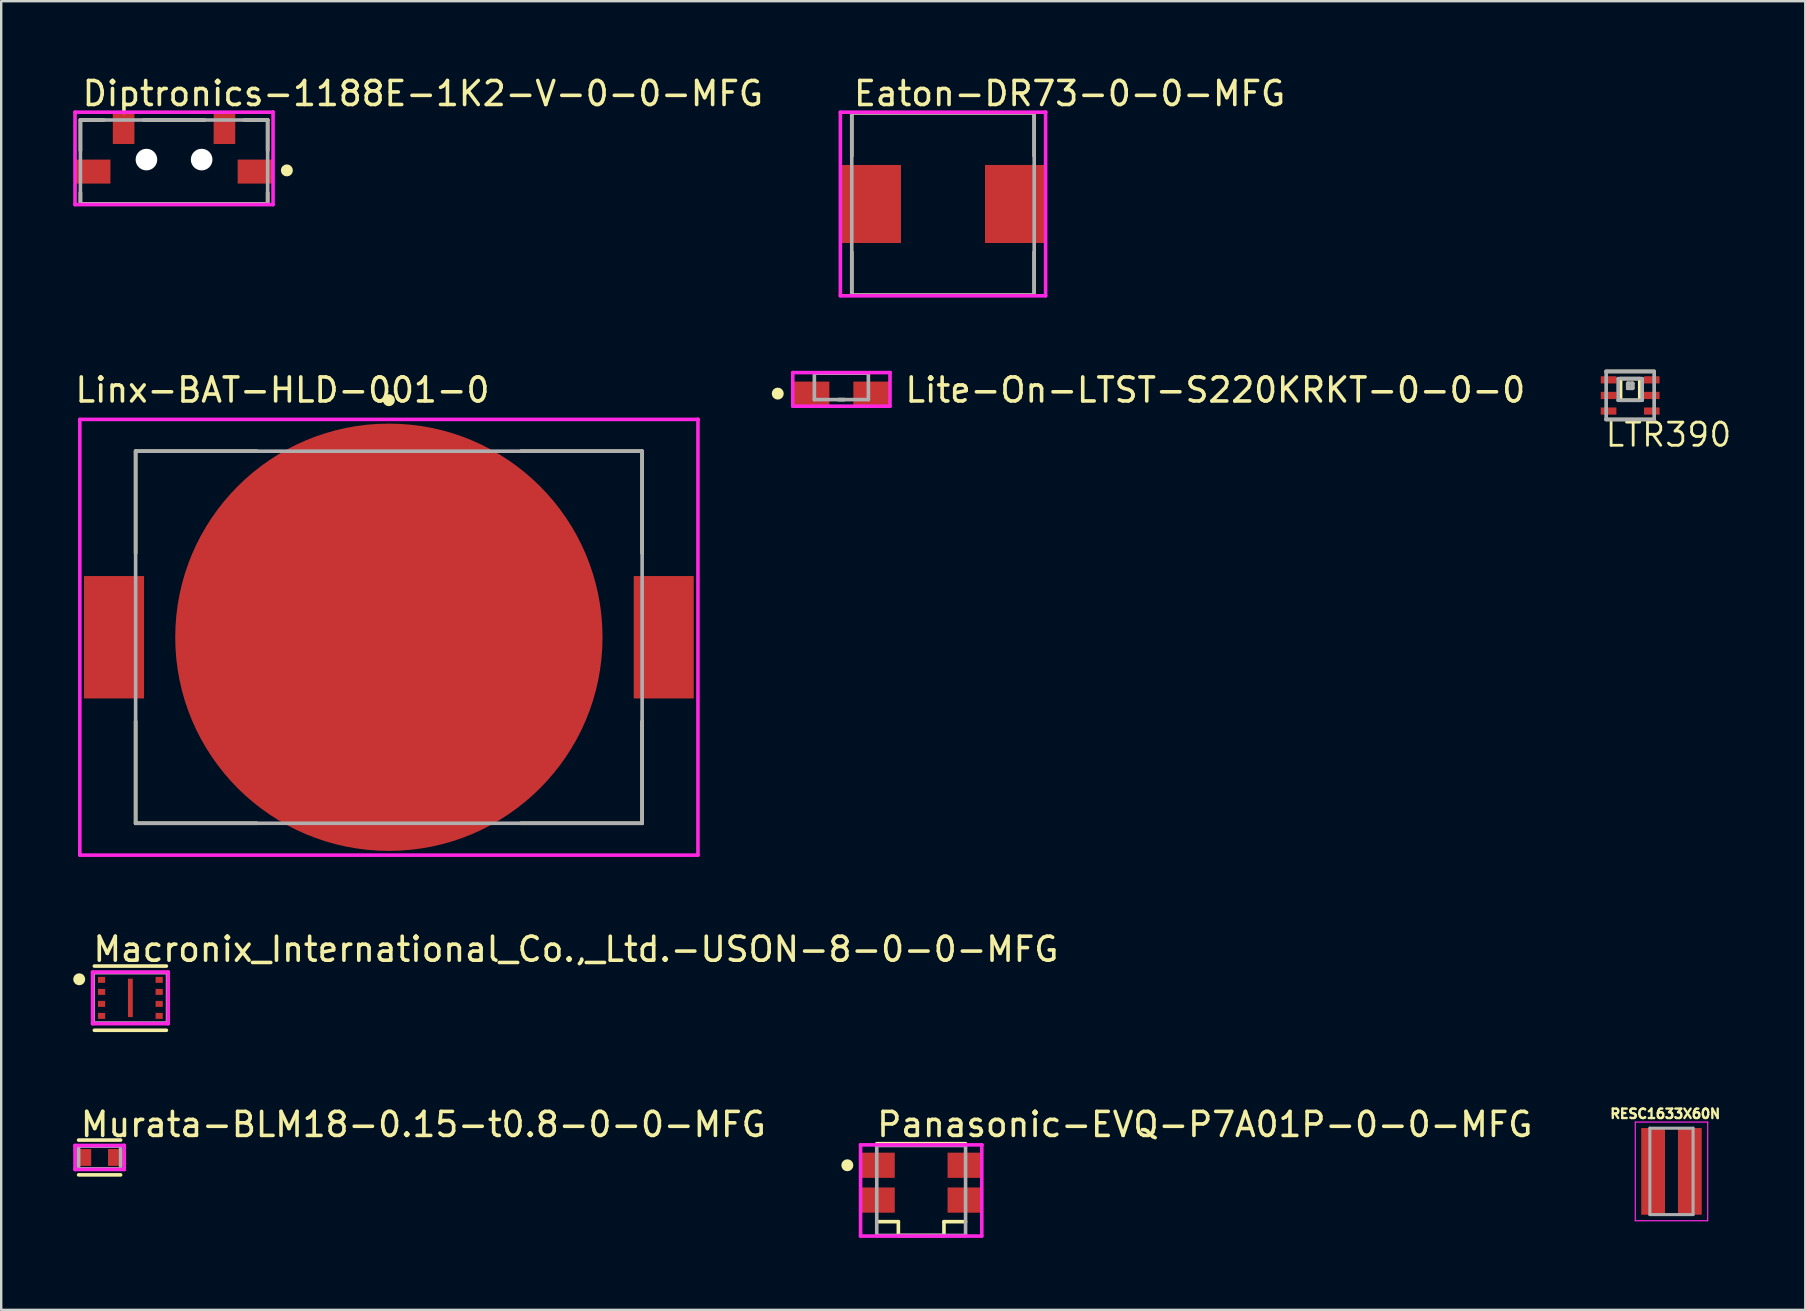
<source format=kicad_pcb>
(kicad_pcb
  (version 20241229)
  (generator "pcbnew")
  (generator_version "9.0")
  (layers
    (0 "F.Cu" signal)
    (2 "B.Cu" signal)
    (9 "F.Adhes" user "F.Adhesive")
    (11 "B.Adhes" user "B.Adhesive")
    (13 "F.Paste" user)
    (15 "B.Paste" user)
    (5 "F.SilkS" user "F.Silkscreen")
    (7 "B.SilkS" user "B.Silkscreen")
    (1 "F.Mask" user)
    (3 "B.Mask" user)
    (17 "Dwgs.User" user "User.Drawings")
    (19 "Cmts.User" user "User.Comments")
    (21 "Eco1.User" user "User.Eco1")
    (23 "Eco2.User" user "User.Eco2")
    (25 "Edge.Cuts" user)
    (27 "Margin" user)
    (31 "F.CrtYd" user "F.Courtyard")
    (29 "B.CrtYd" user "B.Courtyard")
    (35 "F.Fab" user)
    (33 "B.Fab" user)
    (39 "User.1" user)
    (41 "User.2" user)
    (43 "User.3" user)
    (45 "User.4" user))
  (footprint "LTR390"
    (layer "F.Cu")
    (at 64.86 13.424)
    (property "Reference" "LTR390" (at -1.1 2.2 0) (layer "F.SilkS") (effects (font (size 0.965 0.965) (thickness 0.116)) (justify left bottom)))
    (attr through_hole)
    (fp_line (start -1 -1) (end 1 -1) (stroke (width 0.152) (type solid)) (layer "F.SilkS"))
    (fp_line (start -1 1) (end 1 1) (stroke (width 0.152) (type solid)) (layer "F.SilkS"))
    (fp_line (start -0.4 -0.7) (end 0.4 -0.7) (stroke (width 0.152) (type solid)) (layer "F.SilkS"))
    (fp_line (start -0.4 0.2) (end -0.4 -0.7) (stroke (width 0.152) (type solid)) (layer "F.SilkS"))
    (fp_line (start -0.1 -0.5) (end 0.1 -0.5) (stroke (width 0.152) (type solid)) (layer "F.SilkS"))
    (fp_line (start -0.1 -0.3) (end -0.1 -0.5) (stroke (width 0.152) (type solid)) (layer "F.SilkS"))
    (fp_line (start 0.1 -0.5) (end 0.1 -0.3) (stroke (width 0.152) (type solid)) (layer "F.SilkS"))
    (fp_line (start 0.1 -0.3) (end -0.1 -0.3) (stroke (width 0.152) (type solid)) (layer "F.SilkS"))
    (fp_line (start 0.4 -0.7) (end 0.4 0.2) (stroke (width 0.152) (type solid)) (layer "F.SilkS"))
    (fp_line (start 0.4 0.2) (end -0.4 0.2) (stroke (width 0.152) (type solid)) (layer "F.SilkS"))
    (fp_line (start -1 -1) (end 1 -1) (stroke (width 0.152) (type solid)) (layer "F.Fab"))
    (fp_line (start -1 1) (end -1 -1) (stroke (width 0.152) (type solid)) (layer "F.Fab"))
    (fp_line (start -0.5 -0.7) (end 0.5 -0.7) (stroke (width 0.152) (type solid)) (layer "F.Fab"))
    (fp_line (start -0.5 0.2) (end -0.5 -0.7) (stroke (width 0.152) (type solid)) (layer "F.Fab"))
    (fp_line (start -0.1 -0.5) (end 0.1 -0.5) (stroke (width 0.152) (type solid)) (layer "F.Fab"))
    (fp_line (start -0.1 -0.3) (end -0.1 -0.5) (stroke (width 0.152) (type solid)) (layer "F.Fab"))
    (fp_line (start 0.1 -0.5) (end 0.1 -0.3) (stroke (width 0.152) (type solid)) (layer "F.Fab"))
    (fp_line (start 0.1 -0.3) (end -0.1 -0.3) (stroke (width 0.152) (type solid)) (layer "F.Fab"))
    (fp_line (start 0.5 -0.7) (end 0.5 0.2) (stroke (width 0.152) (type solid)) (layer "F.Fab"))
    (fp_line (start 0.5 0.2) (end -0.5 0.2) (stroke (width 0.152) (type solid)) (layer "F.Fab"))
    (fp_line (start 1 -1) (end 1 1) (stroke (width 0.152) (type solid)) (layer "F.Fab"))
    (fp_line (start 1 1) (end -1 1) (stroke (width 0.152) (type solid)) (layer "F.Fab"))
    (pad "1" smd rect (at -0.9 -0.65 90) (size 0.3 0.65) (layers "F.Cu" "F.Mask" "F.Paste"))
    (pad "2" smd rect (at -0.9 0 90) (size 0.3 0.65) (layers "F.Cu" "F.Mask" "F.Paste"))
    (pad "3" smd rect (at -0.9 0.65 90) (size 0.3 0.65) (layers "F.Cu" "F.Mask" "F.Paste"))
    (pad "4" smd rect (at 0.9 0.65 90) (size 0.3 0.65) (layers "F.Cu" "F.Mask" "F.Paste"))
    (pad "5" smd rect (at 0.9 0 90) (size 0.3 0.65) (layers "F.Cu" "F.Mask" "F.Paste"))
    (pad "6" smd rect (at 0.9 -0.65 90) (size 0.3 0.65) (layers "F.Cu" "F.Mask" "F.Paste")))
  (footprint "Eaton-DR73-0-0-MFG"
    (layer "F.Cu")
    (at 36.233 5.448)
    (property "Reference" "Eaton-DR73-0-0-MFG" (at -3.8 -4.6 0) (layer "F.SilkS") (effects (font (size 1 1) (thickness 0.15)) (justify left)))
    (attr through_hole)
    (fp_line (start -3.8 -3.8) (end 3.8 -3.8) (stroke (width 0.15) (type solid)) (layer "F.SilkS"))
    (fp_line (start -3.8 -2) (end -3.8 -3.8) (stroke (width 0.15) (type solid)) (layer "F.SilkS"))
    (fp_line (start -3.8 3.8) (end -3.8 2) (stroke (width 0.15) (type solid)) (layer "F.SilkS"))
    (fp_line (start -3.8 3.8) (end 3.8 3.8) (stroke (width 0.15) (type solid)) (layer "F.SilkS"))
    (fp_line (start 3.8 -2) (end 3.8 -3.8) (stroke (width 0.15) (type solid)) (layer "F.SilkS"))
    (fp_line (start 3.8 3.8) (end 3.8 2) (stroke (width 0.15) (type solid)) (layer "F.SilkS"))
    (fp_line (start -4.275 -3.825) (end -4.275 3.825) (stroke (width 0.15) (type solid)) (layer "F.CrtYd"))
    (fp_line (start -4.275 3.825) (end 4.275 3.825) (stroke (width 0.15) (type solid)) (layer "F.CrtYd"))
    (fp_line (start 4.275 -3.825) (end -4.275 -3.825) (stroke (width 0.15) (type solid)) (layer "F.CrtYd"))
    (fp_line (start 4.275 -3.825) (end 4.275 -3.825) (stroke (width 0.15) (type solid)) (layer "F.CrtYd"))
    (fp_line (start 4.275 3.825) (end 4.275 -3.825) (stroke (width 0.15) (type solid)) (layer "F.CrtYd"))
    (fp_line (start -3.8 -3.8) (end 3.8 -3.8) (stroke (width 0.15) (type solid)) (layer "F.Fab"))
    (fp_line (start -3.8 3.8) (end -3.8 -3.8) (stroke (width 0.15) (type solid)) (layer "F.Fab"))
    (fp_line (start 3.8 -3.8) (end 3.8 3.8) (stroke (width 0.15) (type solid)) (layer "F.Fab"))
    (fp_line (start 3.8 3.8) (end -3.8 3.8) (stroke (width 0.15) (type solid)) (layer "F.Fab"))
    (pad "1" smd rect (at -3 0) (size 2.5 3.25) (layers "F.Cu" "F.Mask" "F.Paste"))
    (pad "2" smd rect (at 3 0) (size 2.5 3.25) (layers "F.Cu" "F.Mask" "F.Paste")))
  (footprint "Murata-BLM18-0.15-t0.8-0-0-MFG"
    (layer "F.Cu")
    (at 1.1 45.168)
    (property "Reference" "Murata-BLM18-0.15-t0.8-0-0-MFG" (at -0.875 -1.375 0) (layer "F.SilkS") (effects (font (size 1 1) (thickness 0.15)) (justify left)))
    (attr through_hole)
    (fp_line (start -0.875 -0.725) (end 0.875 -0.725) (stroke (width 0.15) (type solid)) (layer "F.SilkS"))
    (fp_line (start -0.875 0.725) (end 0.875 0.725) (stroke (width 0.15) (type solid)) (layer "F.SilkS"))
    (fp_line (start -1.025 -0.5) (end -1.025 0.5) (stroke (width 0.15) (type solid)) (layer "F.CrtYd"))
    (fp_line (start -1.025 0.5) (end 1.025 0.5) (stroke (width 0.15) (type solid)) (layer "F.CrtYd"))
    (fp_line (start 1.025 -0.5) (end -1.025 -0.5) (stroke (width 0.15) (type solid)) (layer "F.CrtYd"))
    (fp_line (start 1.025 -0.5) (end 1.025 -0.5) (stroke (width 0.15) (type solid)) (layer "F.CrtYd"))
    (fp_line (start 1.025 0.5) (end 1.025 -0.5) (stroke (width 0.15) (type solid)) (layer "F.CrtYd"))
    (fp_line (start -0.875 -0.475) (end 0.875 -0.475) (stroke (width 0.15) (type solid)) (layer "F.Fab"))
    (fp_line (start -0.875 0.475) (end -0.875 -0.475) (stroke (width 0.15) (type solid)) (layer "F.Fab"))
    (fp_line (start 0.875 -0.475) (end 0.875 0.475) (stroke (width 0.15) (type solid)) (layer "F.Fab"))
    (fp_line (start 0.875 0.475) (end -0.875 0.475) (stroke (width 0.15) (type solid)) (layer "F.Fab"))
    (pad "1" smd rect (at -0.675 0) (size 0.65 0.7) (layers "F.Cu" "F.Mask" "F.Paste"))
    (pad "2" smd rect (at 0.675 0) (size 0.65 0.7) (layers "F.Cu" "F.Mask" "F.Paste")))
  (footprint "Lite-On-LTST-S220KRKT-0-0-0"
    (layer "F.Cu")
    (at 32 13.097)
    (property "Reference" "Lite-On-LTST-S220KRKT-0-0-0" (at 2.575 0.1 0) (layer "F.SilkS") (effects (font (size 1 1) (thickness 0.15)) (justify left)))
    (attr through_hole)
    (fp_line (start -0.125 -0.6) (end 0.125 -0.6) (stroke (width 0.15) (type solid)) (layer "F.SilkS"))
    (fp_line (start -0.125 0.5) (end 0.125 0.5) (stroke (width 0.15) (type solid)) (layer "F.SilkS"))
    (fp_circle (center -2.65 0.25) (end -2.525 0.25) (stroke (width 0.25) (type solid)) (fill no) (layer "F.SilkS"))
    (fp_line (start -2.025 -0.625) (end -2.025 0.775) (stroke (width 0.15) (type solid)) (layer "F.CrtYd"))
    (fp_line (start -2.025 0.775) (end 2.025 0.775) (stroke (width 0.15) (type solid)) (layer "F.CrtYd"))
    (fp_line (start 2.025 -0.625) (end -2.025 -0.625) (stroke (width 0.15) (type solid)) (layer "F.CrtYd"))
    (fp_line (start 2.025 -0.625) (end 2.025 -0.625) (stroke (width 0.15) (type solid)) (layer "F.CrtYd"))
    (fp_line (start 2.025 0.775) (end 2.025 -0.625) (stroke (width 0.15) (type solid)) (layer "F.CrtYd"))
    (fp_line (start -1.125 -0.6) (end 1.125 -0.6) (stroke (width 0.15) (type solid)) (layer "F.Fab"))
    (fp_line (start -1.125 0.5) (end -1.125 -0.6) (stroke (width 0.15) (type solid)) (layer "F.Fab"))
    (fp_line (start 1.125 -0.6) (end 1.125 0.5) (stroke (width 0.15) (type solid)) (layer "F.Fab"))
    (fp_line (start 1.125 0.5) (end -1.125 0.5) (stroke (width 0.15) (type solid)) (layer "F.Fab"))
    (pad "1" smd rect (at -1.25 0.25) (size 1.5 1) (layers "F.Cu" "F.Mask" "F.Paste"))
    (pad "2" smd rect (at 1.25 0.25) (size 1.5 1) (layers "F.Cu" "F.Mask" "F.Paste")))
  (footprint "RESC1633X60N"
    (layer "F.Cu")
    (at 66.581 45.748)
    (property "Reference" "RESC1633X60N" (at -0.26 -2.4 0) (layer "F.SilkS") (effects (font (size 0.394 0.394) (thickness 0.15))))
    (attr through_hole)
    (fp_line (start -1.508 -2.055) (end 1.508 -2.055) (stroke (width 0.05) (type solid)) (layer "F.CrtYd"))
    (fp_line (start -1.508 2.055) (end -1.508 -2.055) (stroke (width 0.05) (type solid)) (layer "F.CrtYd"))
    (fp_line (start -1.508 2.055) (end 1.508 2.055) (stroke (width 0.05) (type solid)) (layer "F.CrtYd"))
    (fp_line (start 1.508 2.055) (end 1.508 -2.055) (stroke (width 0.05) (type solid)) (layer "F.CrtYd"))
    (fp_line (start -0.9 1.8) (end -0.9 -1.8) (stroke (width 0.127) (type solid)) (layer "F.Fab"))
    (fp_line (start 0.9 -1.8) (end -0.9 -1.8) (stroke (width 0.127) (type solid)) (layer "F.Fab"))
    (fp_line (start 0.9 1.8) (end -0.9 1.8) (stroke (width 0.127) (type solid)) (layer "F.Fab"))
    (fp_line (start 0.9 1.8) (end 0.9 -1.8) (stroke (width 0.127) (type solid)) (layer "F.Fab"))
    (pad "1" smd rect (at -0.765 0) (size 0.99 3.61) (layers "F.Cu" "F.Mask" "F.Paste"))
    (pad "2" smd rect (at 0.765 0) (size 0.99 3.61) (layers "F.Cu" "F.Mask" "F.Paste")))
  (footprint "Panasonic-EVQ-P7A01P-0-0-MFG"
    (layer "F.Cu")
    (at 35.324 46.543)
    (property "Reference" "Panasonic-EVQ-P7A01P-0-0-MFG" (at -1.925 -2.75 0) (layer "F.SilkS") (effects (font (size 1 1) (thickness 0.15)) (justify left)))
    (attr through_hole)
    (fp_line (start -1.85 1.3) (end -0.95 1.3) (stroke (width 0.15) (type solid)) (layer "F.SilkS"))
    (fp_line (start -0.95 1.3) (end -0.95 1.875) (stroke (width 0.15) (type solid)) (layer "F.SilkS"))
    (fp_line (start 0.95 1.3) (end 0.95 1.875) (stroke (width 0.15) (type solid)) (layer "F.SilkS"))
    (fp_line (start 0.95 1.3) (end 1.85 1.3) (stroke (width 0.15) (type solid)) (layer "F.SilkS"))
    (fp_line (start 0.95 1.875) (end -0.95 1.875) (stroke (width 0.15) (type solid)) (layer "F.SilkS"))
    (fp_line (start 1.85 -1.95) (end -1.85 -1.95) (stroke (width 0.15) (type solid)) (layer "F.SilkS"))
    (fp_circle (center -3.075 -1.05) (end -2.95 -1.05) (stroke (width 0.25) (type solid)) (fill no) (layer "F.SilkS"))
    (fp_line (start -2.525 -1.9) (end -2.525 1.9) (stroke (width 0.15) (type solid)) (layer "F.CrtYd"))
    (fp_line (start -2.525 1.9) (end 2.525 1.9) (stroke (width 0.15) (type solid)) (layer "F.CrtYd"))
    (fp_line (start 2.525 -1.9) (end -2.525 -1.9) (stroke (width 0.15) (type solid)) (layer "F.CrtYd"))
    (fp_line (start 2.525 -1.9) (end 2.525 -1.9) (stroke (width 0.15) (type solid)) (layer "F.CrtYd"))
    (fp_line (start 2.525 1.9) (end 2.525 -1.9) (stroke (width 0.15) (type solid)) (layer "F.CrtYd"))
    (fp_line (start -1.85 -1.875) (end 1.85 -1.875) (stroke (width 0.15) (type solid)) (layer "F.Fab"))
    (fp_line (start -1.85 1.875) (end -1.85 -1.875) (stroke (width 0.15) (type solid)) (layer "F.Fab"))
    (fp_line (start 1.85 -1.875) (end 1.85 1.875) (stroke (width 0.15) (type solid)) (layer "F.Fab"))
    (fp_line (start 1.85 1.875) (end -1.85 1.875) (stroke (width 0.15) (type solid)) (layer "F.Fab"))
    (pad "1" smd rect (at -1.8 -1.05) (size 1.4 1.05) (layers "F.Cu" "F.Mask" "F.Paste"))
    (pad "1'" smd rect (at 1.8 -1.05) (size 1.4 1.05) (layers "F.Cu" "F.Mask" "F.Paste"))
    (pad "2" smd rect (at -1.8 0.4) (size 1.4 1.05) (layers "F.Cu" "F.Mask" "F.Paste"))
    (pad "2'" smd rect (at 1.8 0.4) (size 1.4 1.05) (layers "F.Cu" "F.Mask" "F.Paste")))
  (footprint "Macronix_International_Co.,_Ltd.-USON-8-0-0-MFG"
    (layer "F.Cu")
    (at 2.381 38.52)
    (property "Reference" "Macronix_International_Co.,_Ltd.-USON-8-0-0-MFG" (at -1.631 -2.025 0) (layer "F.SilkS") (effects (font (size 1 1) (thickness 0.15)) (justify left)))
    (attr through_hole)
    (fp_line (start -1.5 -1.325) (end 1.5 -1.325) (stroke (width 0.15) (type solid)) (layer "F.SilkS"))
    (fp_line (start -1.5 1.35) (end 1.5 1.35) (stroke (width 0.15) (type solid)) (layer "F.SilkS"))
    (fp_circle (center -2.131 -0.775) (end -2.006 -0.775) (stroke (width 0.25) (type solid)) (fill no) (layer "F.SilkS"))
    (fp_line (start -1.575 -1.075) (end -1.575 1.075) (stroke (width 0.15) (type solid)) (layer "F.CrtYd"))
    (fp_line (start -1.575 1.075) (end 1.575 1.075) (stroke (width 0.15) (type solid)) (layer "F.CrtYd"))
    (fp_line (start 1.575 -1.075) (end -1.575 -1.075) (stroke (width 0.15) (type solid)) (layer "F.CrtYd"))
    (fp_line (start 1.575 -1.075) (end 1.575 -1.075) (stroke (width 0.15) (type solid)) (layer "F.CrtYd"))
    (fp_line (start 1.575 1.075) (end 1.575 -1.075) (stroke (width 0.15) (type solid)) (layer "F.CrtYd"))
    (fp_line (start -1.55 -1.05) (end 1.55 -1.05) (stroke (width 0.15) (type solid)) (layer "F.Fab"))
    (fp_line (start -1.55 1.05) (end -1.55 -1.05) (stroke (width 0.15) (type solid)) (layer "F.Fab"))
    (fp_line (start 1.55 -1.05) (end 1.55 1.05) (stroke (width 0.15) (type solid)) (layer "F.Fab"))
    (fp_line (start 1.55 1.05) (end -1.55 1.05) (stroke (width 0.15) (type solid)) (layer "F.Fab"))
    (pad "1" smd rect (at -1.2 -0.75) (size 0.3 0.25) (layers "F.Cu" "F.Mask" "F.Paste"))
    (pad "2" smd rect (at -1.2 -0.25) (size 0.3 0.25) (layers "F.Cu" "F.Mask" "F.Paste"))
    (pad "3" smd rect (at -1.2 0.25) (size 0.3 0.25) (layers "F.Cu" "F.Mask" "F.Paste"))
    (pad "4" smd rect (at -1.2 0.75) (size 0.3 0.25) (layers "F.Cu" "F.Mask" "F.Paste"))
    (pad "5" smd rect (at 1.2 0.75) (size 0.3 0.25) (layers "F.Cu" "F.Mask" "F.Paste"))
    (pad "6" smd rect (at 1.2 0.25) (size 0.3 0.25) (layers "F.Cu" "F.Mask" "F.Paste"))
    (pad "7" smd rect (at 1.2 -0.25) (size 0.3 0.25) (layers "F.Cu" "F.Mask" "F.Paste"))
    (pad "8" smd rect (at 1.2 -0.75) (size 0.3 0.25) (layers "F.Cu" "F.Mask" "F.Paste"))
    (pad "9" smd rect (at 0 0) (size 0.2 1.6) (layers "F.Cu" "F.Mask" "F.Paste")))
  (footprint "Linx-BAT-HLD-001-0"
    (layer "F.Cu")
    (at 13.15 23.497)
    (property "Reference" "Linx-BAT-HLD-001-0" (at -13.15 -10.3 0) (layer "F.SilkS") (effects (font (size 1 1) (thickness 0.15)) (justify left)))
    (attr through_hole)
    (fp_line (start -10.55 -7.75) (end -10.55 -3.5) (stroke (width 0.15) (type solid)) (layer "F.SilkS"))
    (fp_line (start -10.55 -7.75) (end -5.5 -7.75) (stroke (width 0.15) (type solid)) (layer "F.SilkS"))
    (fp_line (start -10.55 7.75) (end -10.55 3.5) (stroke (width 0.15) (type solid)) (layer "F.SilkS"))
    (fp_line (start -10.55 7.75) (end -5.5 7.75) (stroke (width 0.15) (type solid)) (layer "F.SilkS"))
    (fp_line (start 10.55 -7.75) (end 5.5 -7.75) (stroke (width 0.15) (type solid)) (layer "F.SilkS"))
    (fp_line (start 10.55 -7.75) (end 10.55 -3.5) (stroke (width 0.15) (type solid)) (layer "F.SilkS"))
    (fp_line (start 10.55 7.75) (end 5.5 7.75) (stroke (width 0.15) (type solid)) (layer "F.SilkS"))
    (fp_line (start 10.55 7.75) (end 10.55 3.5) (stroke (width 0.15) (type solid)) (layer "F.SilkS"))
    (fp_circle (center 0 -9.875) (end 0.125 -9.875) (stroke (width 0.25) (type solid)) (fill no) (layer "F.SilkS"))
    (fp_line (start -12.875 -9.075) (end -12.875 9.075) (stroke (width 0.15) (type solid)) (layer "F.CrtYd"))
    (fp_line (start -12.875 9.075) (end 12.875 9.075) (stroke (width 0.15) (type solid)) (layer "F.CrtYd"))
    (fp_line (start 12.875 -9.075) (end -12.875 -9.075) (stroke (width 0.15) (type solid)) (layer "F.CrtYd"))
    (fp_line (start 12.875 -9.075) (end 12.875 -9.075) (stroke (width 0.15) (type solid)) (layer "F.CrtYd"))
    (fp_line (start 12.875 9.075) (end 12.875 -9.075) (stroke (width 0.15) (type solid)) (layer "F.CrtYd"))
    (fp_line (start -10.55 -7.75) (end 10.55 -7.75) (stroke (width 0.15) (type solid)) (layer "F.Fab"))
    (fp_line (start -10.55 7.75) (end -10.55 -7.75) (stroke (width 0.15) (type solid)) (layer "F.Fab"))
    (fp_line (start 10.55 -7.75) (end 10.55 7.75) (stroke (width 0.15) (type solid)) (layer "F.Fab"))
    (fp_line (start 10.55 7.75) (end -10.55 7.75) (stroke (width 0.15) (type solid)) (layer "F.Fab"))
    (pad "1" smd circle (at 0 0) (size 17.8 17.8) (layers "F.Cu" "F.Mask" "F.Paste"))
    (pad "2" smd rect (at -11.45 0) (size 2.5 5.1) (layers "F.Cu" "F.Mask" "F.Paste"))
    (pad "2" smd rect (at 11.45 0) (size 2.5 5.1) (layers "F.Cu" "F.Mask" "F.Paste")))
  (footprint "Diptronics-1188E-1K2-V-0-0-MFG"
    (layer "F.Cu")
    (at 4.2 3.698)
    (property "Reference" "Diptronics-1188E-1K2-V-0-0-MFG" (at -3.9 -2.85 0) (layer "F.SilkS") (effects (font (size 1 1) (thickness 0.15)) (justify left)))
    (attr through_hole)
    (fp_line (start -3.9 -1.75) (end -2.925 -1.75) (stroke (width 0.15) (type solid)) (layer "F.SilkS"))
    (fp_line (start -3.9 -0.475) (end -3.9 -1.75) (stroke (width 0.15) (type solid)) (layer "F.SilkS"))
    (fp_line (start -3.9 1.75) (end -3.9 1.275) (stroke (width 0.15) (type solid)) (layer "F.SilkS"))
    (fp_line (start -3.9 1.75) (end 3.9 1.75) (stroke (width 0.15) (type solid)) (layer "F.SilkS"))
    (fp_line (start -1.275 -1.75) (end 1.275 -1.75) (stroke (width 0.15) (type solid)) (layer "F.SilkS"))
    (fp_line (start 2.925 -1.75) (end 3.9 -1.75) (stroke (width 0.15) (type solid)) (layer "F.SilkS"))
    (fp_line (start 3.9 -0.475) (end 3.9 -1.75) (stroke (width 0.15) (type solid)) (layer "F.SilkS"))
    (fp_line (start 3.9 1.75) (end 3.9 1.275) (stroke (width 0.15) (type solid)) (layer "F.SilkS"))
    (fp_circle (center 4.7 0.35) (end 4.825 0.35) (stroke (width 0.25) (type solid)) (fill no) (layer "F.SilkS"))
    (fp_line (start -4.125 -2.075) (end -4.125 1.775) (stroke (width 0.15) (type solid)) (layer "F.CrtYd"))
    (fp_line (start -4.125 1.775) (end 4.125 1.775) (stroke (width 0.15) (type solid)) (layer "F.CrtYd"))
    (fp_line (start 4.125 -2.075) (end -4.125 -2.075) (stroke (width 0.15) (type solid)) (layer "F.CrtYd"))
    (fp_line (start 4.125 -2.075) (end 4.125 -2.075) (stroke (width 0.15) (type solid)) (layer "F.CrtYd"))
    (fp_line (start 4.125 1.775) (end 4.125 -2.075) (stroke (width 0.15) (type solid)) (layer "F.CrtYd"))
    (fp_line (start -3.9 -1.75) (end 3.9 -1.75) (stroke (width 0.15) (type solid)) (layer "F.Fab"))
    (fp_line (start -3.9 1.75) (end -3.9 -1.75) (stroke (width 0.15) (type solid)) (layer "F.Fab"))
    (fp_line (start 3.9 -1.75) (end 3.9 1.75) (stroke (width 0.15) (type solid)) (layer "F.Fab"))
    (fp_line (start 3.9 1.75) (end -3.9 1.75) (stroke (width 0.15) (type solid)) (layer "F.Fab"))
    (pad "" np_thru_hole circle (at -1.15 -0.1) (size 0.9 0.9) (drill 0.9) (layers "*.Cu" "*.Mask"))
    (pad "" np_thru_hole circle (at 1.15 -0.1) (size 0.9 0.9) (drill 0.9) (layers "*.Cu" "*.Mask"))
    (pad "1" smd rect (at 3.375 0.4) (size 1.45 1) (layers "F.Cu" "F.Mask" "F.Paste"))
    (pad "2" smd rect (at -3.375 0.4) (size 1.45 1) (layers "F.Cu" "F.Mask" "F.Paste"))
    (pad "3" smd rect (at 2.1 -1.4) (size 0.9 1.3) (layers "F.Cu" "F.Mask" "F.Paste"))
    (pad "4" smd rect (at -2.1 -1.4) (size 0.9 1.3) (layers "F.Cu" "F.Mask" "F.Paste")))
  (gr_rect
    (start -3 -3)
    (end 72.154 51.518)
    (stroke (width 0.1) (type default))
    (fill no)
    (layer "Edge.Cuts")))
</source>
